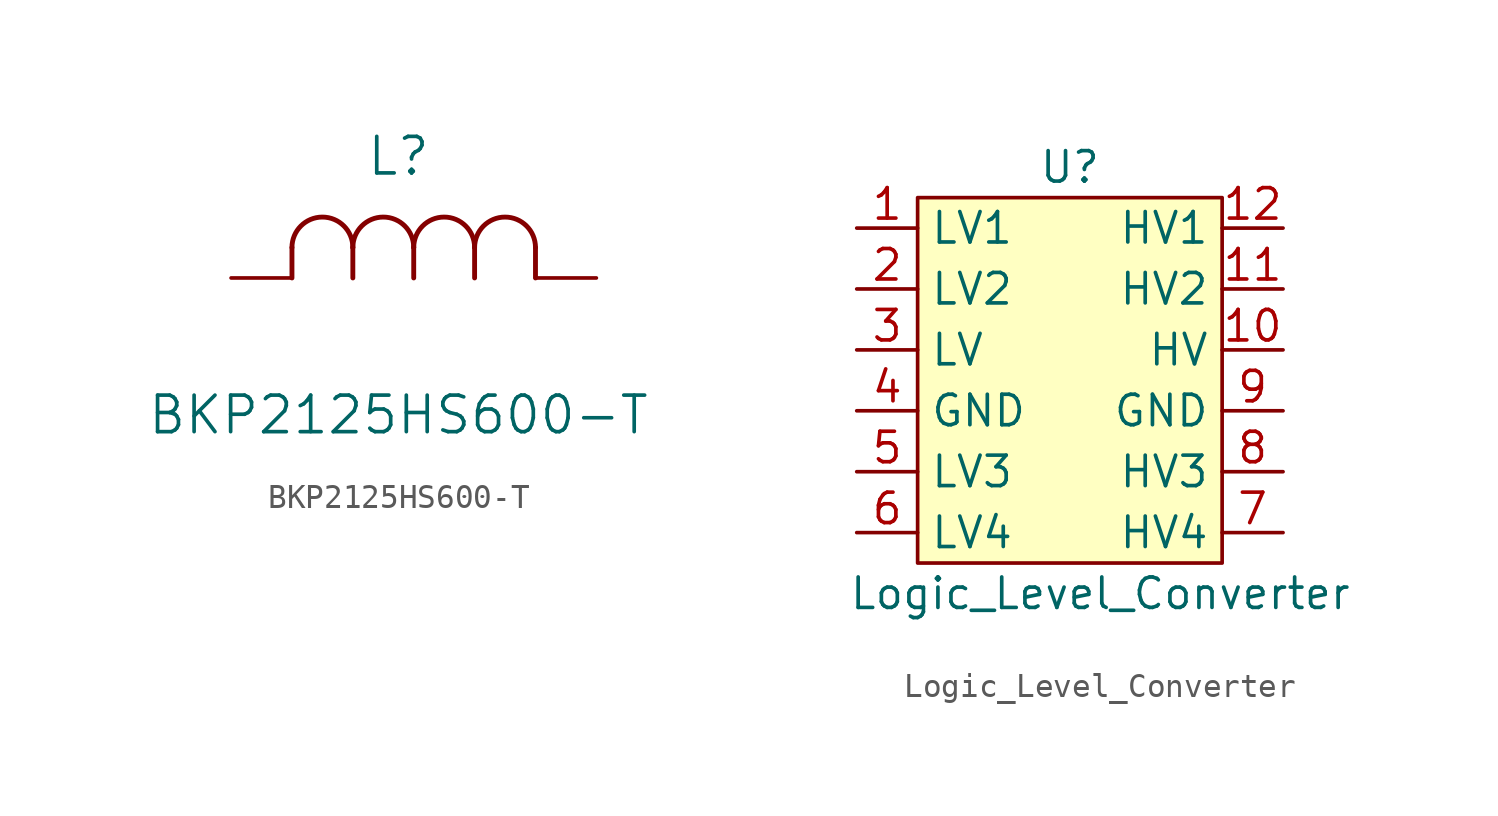
<source format=kicad_sym>
(kicad_symbol_lib
  (version 20211014)
  (generator kicad_symbol_editor)
  (symbol "BKP2125HS600-T"
    (pin_numbers hide)
    (pin_names
      (offset 1.651) hide)
    (property "Reference" "L"
      (at 6.985 5.08 0)
      (effects (font (size 1.524 1.524))))
    (property "Value" "BKP2125HS600-T"
      (at 6.985 -5.715 0)
      (effects (font (size 1.524 1.524))))
    (property "Datasheet" ""
      (at 0 0 0)
      (effects (font (size 1.524 1.524))))
    (property "ki_locked" ""
      (at 0 0 0)
      (effects (font (size 1.27 1.27))))
    (symbol "BKP2125HS600-T_1_1"
      (polyline (pts (xy 2.54 0) (xy 2.54 1.27)) (stroke (width 0.203) (type default) (color 0 0 0 0)) (fill (type none)))
      (polyline (pts (xy 5.08 0) (xy 5.08 1.27)) (stroke (width 0.203) (type default) (color 0 0 0 0)) (fill (type none)))
      (polyline (pts (xy 7.62 0) (xy 7.62 1.27)) (stroke (width 0.203) (type default) (color 0 0 0 0)) (fill (type none)))
      (polyline (pts (xy 10.16 0) (xy 10.16 1.27)) (stroke (width 0.203) (type default) (color 0 0 0 0)) (fill (type none)))
      (polyline (pts (xy 12.7 0) (xy 12.7 1.27)) (stroke (width 0.203) (type default) (color 0 0 0 0)) (fill (type none)))
      (arc (start 5.08 1.27) (mid 3.81 2.54) (end 2.54 1.27) (stroke (width 0.2032) (type default) (color 0 0 0 0)) (fill (type none)))
      (arc (start 7.62 1.27) (mid 6.35 2.54) (end 5.08 1.27) (stroke (width 0.2032) (type default) (color 0 0 0 0)) (fill (type none)))
      (arc (start 10.16 1.27) (mid 8.89 2.54) (end 7.62 1.27) (stroke (width 0.2032) (type default) (color 0 0 0 0)) (fill (type none)))
      (arc (start 12.7 1.27) (mid 11.43 2.54) (end 10.16 1.27) (stroke (width 0.2032) (type default) (color 0 0 0 0)) (fill (type none)))
      (pin unspecified line (at 15.24 0 180) (length 2.54) (name "1" (effects (font (size 1.499 1.499)))) (number "1" (effects (font (size 1.499 1.499)))))
      (pin unspecified line (at 0 0 0) (length 2.54) (name "2" (effects (font (size 1.499 1.499)))) (number "2" (effects (font (size 1.499 1.499)))))))
  (symbol "Logic_Level_Converter"
    (property "Reference" "U"
      (at 0 0 0)
      (effects (font (size 1.27 1.27))))
    (property "Value" "Logic_Level_Converter"
      (at 1.27 -17.78 0)
      (effects (font (size 1.27 1.27))))
    (symbol "Logic_Level_Converter_0_1"
      (rectangle (start -6.35 -1.27) (end 6.35 -16.51) (stroke (width 0) (type default) (color 0 0 0 0)) (fill (type background))))
    (symbol "Logic_Level_Converter_1_1"
      (pin bidirectional line (at -8.89 -2.54 0) (length 2.54) (name "LV1" (effects (font (size 1.27 1.27)))) (number "1" (effects (font (size 1.27 1.27)))))
      (pin power_in line (at 8.89 -7.62 180) (length 2.54) (name "HV" (effects (font (size 1.27 1.27)))) (number "10" (effects (font (size 1.27 1.27)))))
      (pin bidirectional line (at 8.89 -5.08 180) (length 2.54) (name "HV2" (effects (font (size 1.27 1.27)))) (number "11" (effects (font (size 1.27 1.27)))))
      (pin bidirectional line (at 8.89 -2.54 180) (length 2.54) (name "HV1" (effects (font (size 1.27 1.27)))) (number "12" (effects (font (size 1.27 1.27)))))
      (pin bidirectional line (at -8.89 -5.08 0) (length 2.54) (name "LV2" (effects (font (size 1.27 1.27)))) (number "2" (effects (font (size 1.27 1.27)))))
      (pin power_in line (at -8.89 -7.62 0) (length 2.54) (name "LV" (effects (font (size 1.27 1.27)))) (number "3" (effects (font (size 1.27 1.27)))))
      (pin input line (at -8.89 -10.16 0) (length 2.54) (name "GND" (effects (font (size 1.27 1.27)))) (number "4" (effects (font (size 1.27 1.27)))))
      (pin bidirectional line (at -8.89 -12.7 0) (length 2.54) (name "LV3" (effects (font (size 1.27 1.27)))) (number "5" (effects (font (size 1.27 1.27)))))
      (pin bidirectional line (at -8.89 -15.24 0) (length 2.54) (name "LV4" (effects (font (size 1.27 1.27)))) (number "6" (effects (font (size 1.27 1.27)))))
      (pin bidirectional line (at 8.89 -15.24 180) (length 2.54) (name "HV4" (effects (font (size 1.27 1.27)))) (number "7" (effects (font (size 1.27 1.27)))))
      (pin bidirectional line (at 8.89 -12.7 180) (length 2.54) (name "HV3" (effects (font (size 1.27 1.27)))) (number "8" (effects (font (size 1.27 1.27)))))
      (pin input line (at 8.89 -10.16 180) (length 2.54) (name "GND" (effects (font (size 1.27 1.27)))) (number "9" (effects (font (size 1.27 1.27))))))))
</source>
